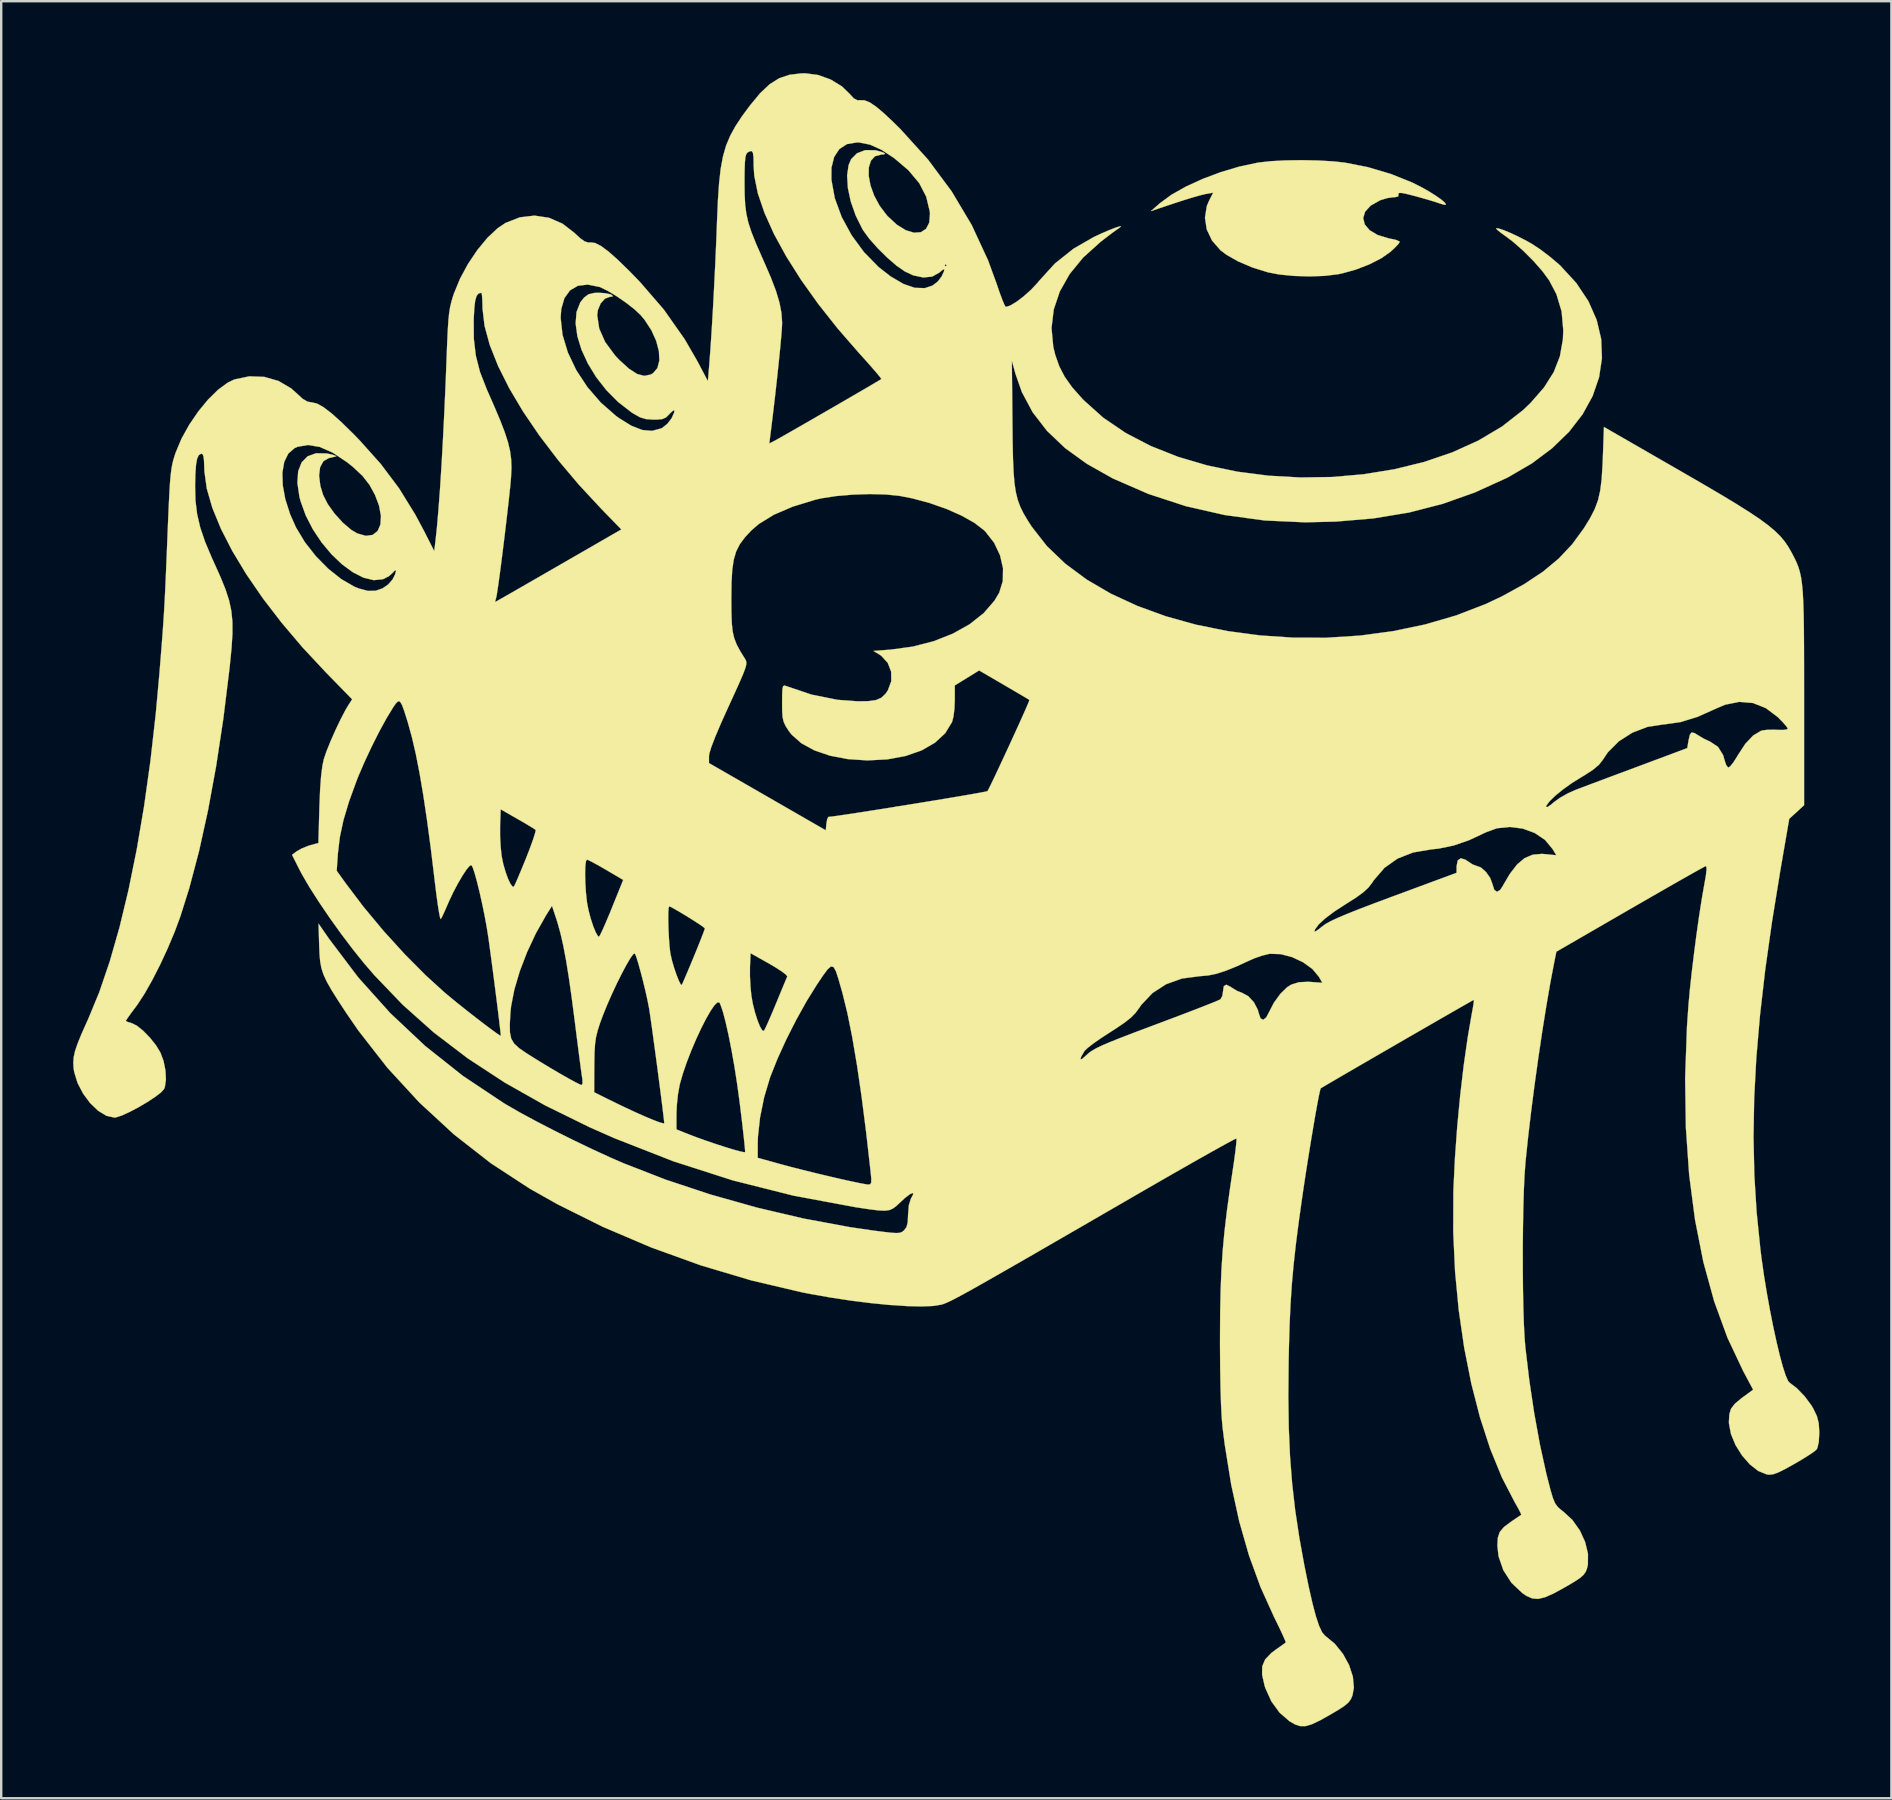
<source format=kicad_pcb>
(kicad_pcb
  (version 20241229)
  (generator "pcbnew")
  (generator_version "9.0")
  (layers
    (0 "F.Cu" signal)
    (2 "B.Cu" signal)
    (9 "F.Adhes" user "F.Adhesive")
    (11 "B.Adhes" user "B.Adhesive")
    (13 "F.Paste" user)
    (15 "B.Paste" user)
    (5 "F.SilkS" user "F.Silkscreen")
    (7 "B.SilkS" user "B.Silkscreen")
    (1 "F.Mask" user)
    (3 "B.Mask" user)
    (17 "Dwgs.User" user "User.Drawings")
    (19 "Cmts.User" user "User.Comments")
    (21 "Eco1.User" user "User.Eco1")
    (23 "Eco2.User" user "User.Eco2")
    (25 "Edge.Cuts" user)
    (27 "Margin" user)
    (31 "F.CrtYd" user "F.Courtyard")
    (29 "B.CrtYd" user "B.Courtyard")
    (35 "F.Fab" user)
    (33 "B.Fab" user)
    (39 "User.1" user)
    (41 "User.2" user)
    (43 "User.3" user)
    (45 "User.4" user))
  (footprint "perry-88mm"
    (layer "F.Cu")
    (at 36.314 33.956)
    (property "Reference" "perry-88mm" (at 0 0 0) (layer "F.SilkS") (effects (font (size 1.524 1.524) (thickness 0.3))))
    (attr through_hole)
    (fp_poly (pts (xy 15.558 -30.319) (xy 16.192 -30.282) (xy 16.667 -30.231) (xy 17.627 -30.043) (xy 18.592 -29.758) (xy 19.48 -29.402) (xy 19.515 -29.385) (xy 19.867 -29.207) (xy 20.193 -29.023) (xy 20.474 -28.846) (xy 20.696 -28.69) (xy 20.84 -28.566) (xy 20.892 -28.488) (xy 20.834 -28.469) (xy 20.649 -28.521) (xy 20.607 -28.537) (xy 20.415 -28.601) (xy 20.112 -28.692) (xy 19.754 -28.793) (xy 19.614 -28.832) (xy 19.256 -28.923) (xy 19.035 -28.967) (xy 18.928 -28.964) (xy 18.91 -28.918) (xy 18.913 -28.91) (xy 18.901 -28.82) (xy 18.754 -28.787) (xy 18.706 -28.787) (xy 18.455 -28.753) (xy 18.174 -28.67) (xy 18.138 -28.656) (xy 17.753 -28.438) (xy 17.522 -28.186) (xy 17.442 -27.919) (xy 17.506 -27.655) (xy 17.709 -27.413) (xy 18.046 -27.212) (xy 18.511 -27.071) (xy 18.605 -27.054) (xy 18.825 -27.003) (xy 18.952 -26.945) (xy 18.965 -26.924) (xy 18.906 -26.835) (xy 18.753 -26.675) (xy 18.576 -26.511) (xy 18.199 -26.245) (xy 17.704 -25.993) (xy 17.141 -25.774) (xy 16.56 -25.612) (xy 16.389 -25.577) (xy 15.839 -25.51) (xy 15.205 -25.488) (xy 14.551 -25.508) (xy 13.939 -25.568) (xy 13.464 -25.66) (xy 12.819 -25.862) (xy 12.231 -26.113) (xy 11.741 -26.391) (xy 11.495 -26.577) (xy 11.14 -26.985) (xy 10.921 -27.448) (xy 10.848 -27.936) (xy 10.925 -28.419) (xy 11.014 -28.631) (xy 11.19 -28.978) (xy 10.866 -28.92) (xy 10.656 -28.869) (xy 10.332 -28.777) (xy 9.941 -28.657) (xy 9.567 -28.535) (xy 8.594 -28.208) (xy 8.975 -28.541) (xy 9.449 -28.889) (xy 10.054 -29.231) (xy 10.753 -29.551) (xy 11.506 -29.833) (xy 12.276 -30.063) (xy 13.025 -30.223) (xy 13.081 -30.233) (xy 13.584 -30.289) (xy 14.2 -30.322) (xy 14.876 -30.332) (xy 15.558 -30.319)) (stroke (width 0.01) (type solid)) (fill yes) (layer "F.SilkS"))
    (fp_poly (pts (xy -5.275 -33.882) (xy -4.75 -33.693) (xy -4.284 -33.409) (xy -3.973 -33.109) (xy -3.787 -32.908) (xy -3.634 -32.828) (xy -3.508 -32.831) (xy -3.337 -32.826) (xy -3.129 -32.743) (xy -2.87 -32.572) (xy -2.544 -32.299) (xy -2.135 -31.915) (xy -1.831 -31.614) (xy -0.692 -30.356) (xy 0.294 -29.029) (xy 1.128 -27.629) (xy 1.811 -26.154) (xy 2.17 -25.171) (xy 2.297 -24.799) (xy 2.411 -24.495) (xy 2.499 -24.29) (xy 2.548 -24.215) (xy 2.734 -24.274) (xy 2.996 -24.431) (xy 3.295 -24.658) (xy 3.594 -24.926) (xy 3.858 -25.205) (xy 3.937 -25.302) (xy 4.594 -26.024) (xy 5.375 -26.646) (xy 6.223 -27.133) (xy 6.57 -27.293) (xy 6.878 -27.425) (xy 7.126 -27.521) (xy 7.292 -27.572) (xy 7.353 -27.573) (xy 7.286 -27.514) (xy 7.248 -27.489) (xy 7.11 -27.393) (xy 6.881 -27.223) (xy 6.601 -27.008) (xy 6.486 -26.918) (xy 5.772 -26.274) (xy 5.209 -25.586) (xy 4.799 -24.861) (xy 4.546 -24.109) (xy 4.454 -23.338) (xy 4.526 -22.558) (xy 4.607 -22.225) (xy 4.778 -21.74) (xy 5.005 -21.302) (xy 5.315 -20.866) (xy 5.738 -20.389) (xy 5.793 -20.331) (xy 6.608 -19.601) (xy 7.547 -18.963) (xy 8.593 -18.419) (xy 9.729 -17.969) (xy 10.937 -17.613) (xy 12.2 -17.351) (xy 13.502 -17.183) (xy 14.824 -17.109) (xy 16.151 -17.129) (xy 17.464 -17.244) (xy 18.747 -17.453) (xy 19.982 -17.756) (xy 21.153 -18.155) (xy 22.242 -18.648) (xy 23.232 -19.236) (xy 24.106 -19.919) (xy 24.418 -20.218) (xy 24.977 -20.859) (xy 25.38 -21.496) (xy 25.638 -22.154) (xy 25.763 -22.859) (xy 25.779 -23.241) (xy 25.71 -24.028) (xy 25.493 -24.749) (xy 25.193 -25.32) (xy 24.911 -25.705) (xy 24.533 -26.135) (xy 24.106 -26.562) (xy 23.676 -26.939) (xy 23.402 -27.145) (xy 23.175 -27.309) (xy 23.022 -27.434) (xy 22.977 -27.492) (xy 23.079 -27.488) (xy 23.293 -27.417) (xy 23.586 -27.296) (xy 23.92 -27.139) (xy 24.262 -26.962) (xy 24.482 -26.837) (xy 24.831 -26.606) (xy 25.223 -26.308) (xy 25.587 -26.001) (xy 25.66 -25.933) (xy 26.325 -25.209) (xy 26.828 -24.453) (xy 27.172 -23.672) (xy 27.359 -22.878) (xy 27.391 -22.078) (xy 27.271 -21.283) (xy 27.002 -20.501) (xy 26.585 -19.743) (xy 26.023 -19.016) (xy 25.318 -18.331) (xy 24.473 -17.697) (xy 23.489 -17.124) (xy 23.422 -17.089) (xy 22.094 -16.485) (xy 20.742 -16.006) (xy 19.342 -15.647) (xy 17.871 -15.404) (xy 16.305 -15.271) (xy 15.015 -15.24) (xy 13.337 -15.317) (xy 11.675 -15.543) (xy 10.053 -15.913) (xy 8.494 -16.422) (xy 7.021 -17.064) (xy 6.985 -17.082) (xy 5.923 -17.681) (xy 5.018 -18.335) (xy 4.268 -19.049) (xy 3.669 -19.824) (xy 3.219 -20.666) (xy 2.954 -21.421) (xy 2.801 -21.971) (xy 2.825 -19.389) (xy 2.834 -18.563) (xy 2.849 -17.884) (xy 2.873 -17.33) (xy 2.91 -16.876) (xy 2.966 -16.501) (xy 3.044 -16.182) (xy 3.148 -15.897) (xy 3.282 -15.622) (xy 3.452 -15.335) (xy 3.628 -15.06) (xy 4.258 -14.253) (xy 5.027 -13.517) (xy 5.923 -12.853) (xy 6.93 -12.265) (xy 8.036 -11.755) (xy 9.224 -11.323) (xy 10.482 -10.973) (xy 11.795 -10.707) (xy 13.148 -10.527) (xy 14.528 -10.434) (xy 15.92 -10.432) (xy 17.31 -10.521) (xy 18.683 -10.705) (xy 20.025 -10.985) (xy 21.323 -11.363) (xy 22.562 -11.842) (xy 23.229 -12.158) (xy 24.154 -12.666) (xy 24.934 -13.184) (xy 25.592 -13.732) (xy 26.153 -14.329) (xy 26.639 -14.994) (xy 26.896 -15.413) (xy 27.088 -15.786) (xy 27.225 -16.154) (xy 27.318 -16.557) (xy 27.378 -17.034) (xy 27.415 -17.626) (xy 27.426 -17.883) (xy 27.474 -19.214) (xy 30.692 -17.361) (xy 31.589 -16.842) (xy 32.351 -16.394) (xy 32.991 -16.008) (xy 33.521 -15.674) (xy 33.956 -15.383) (xy 34.308 -15.124) (xy 34.591 -14.888) (xy 34.818 -14.666) (xy 35.002 -14.447) (xy 35.155 -14.223) (xy 35.288 -13.991) (xy 35.397 -13.783) (xy 35.491 -13.59) (xy 35.569 -13.398) (xy 35.633 -13.192) (xy 35.685 -12.957) (xy 35.726 -12.677) (xy 35.758 -12.338) (xy 35.78 -11.923) (xy 35.796 -11.418) (xy 35.806 -10.808) (xy 35.811 -10.076) (xy 35.813 -9.209) (xy 35.814 -8.191) (xy 35.814 -7.973) (xy 35.814 -3.452) (xy 35.195 -2.884) (xy 34.826 -0.744) (xy 34.478 1.399) (xy 34.195 3.403) (xy 33.978 5.287) (xy 33.824 7.068) (xy 33.734 8.762) (xy 33.707 10.388) (xy 33.741 11.963) (xy 33.836 13.505) (xy 33.991 15.03) (xy 34.044 15.452) (xy 34.145 16.159) (xy 34.263 16.879) (xy 34.392 17.591) (xy 34.527 18.274) (xy 34.665 18.908) (xy 34.8 19.472) (xy 34.928 19.945) (xy 35.045 20.306) (xy 35.145 20.535) (xy 35.203 20.606) (xy 35.514 20.843) (xy 35.837 21.179) (xy 36.116 21.553) (xy 36.198 21.691) (xy 36.348 22.004) (xy 36.423 22.294) (xy 36.447 22.652) (xy 36.447 22.699) (xy 36.427 23.081) (xy 36.368 23.335) (xy 36.331 23.399) (xy 36.212 23.497) (xy 35.98 23.653) (xy 35.67 23.845) (xy 35.378 24.014) (xy 34.997 24.225) (xy 34.724 24.359) (xy 34.527 24.428) (xy 34.37 24.446) (xy 34.257 24.434) (xy 33.903 24.291) (xy 33.552 24.016) (xy 33.229 23.646) (xy 32.959 23.215) (xy 32.769 22.76) (xy 32.684 22.317) (xy 32.681 22.241) (xy 32.699 21.928) (xy 32.77 21.696) (xy 32.923 21.495) (xy 33.189 21.272) (xy 33.269 21.213) (xy 33.69 20.903) (xy 33.275 20.125) (xy 32.62 18.736) (xy 32.066 17.217) (xy 31.615 15.575) (xy 31.268 13.818) (xy 31.025 11.952) (xy 30.888 9.984) (xy 30.857 7.92) (xy 30.934 5.768) (xy 30.997 4.868) (xy 31.053 4.25) (xy 31.131 3.529) (xy 31.225 2.749) (xy 31.328 1.955) (xy 31.436 1.192) (xy 31.543 0.503) (xy 31.641 -0.067) (xy 31.653 -0.13) (xy 31.725 -0.54) (xy 31.751 -0.796) (xy 31.734 -0.908) (xy 31.712 -0.914) (xy 31.62 -0.867) (xy 31.398 -0.745) (xy 31.06 -0.555) (xy 30.624 -0.308) (xy 30.104 -0.011) (xy 29.517 0.326) (xy 28.878 0.694) (xy 28.553 0.881) (xy 25.491 2.652) (xy 25.404 3.083) (xy 25.245 3.917) (xy 25.078 4.883) (xy 24.908 5.942) (xy 24.742 7.057) (xy 24.584 8.191) (xy 24.44 9.306) (xy 24.315 10.364) (xy 24.214 11.328) (xy 24.201 11.472) (xy 24.164 11.978) (xy 24.135 12.614) (xy 24.114 13.349) (xy 24.1 14.154) (xy 24.092 14.997) (xy 24.093 15.85) (xy 24.1 16.681) (xy 24.115 17.46) (xy 24.137 18.156) (xy 24.167 18.741) (xy 24.199 19.135) (xy 24.365 20.528) (xy 24.57 21.894) (xy 24.807 23.195) (xy 25.07 24.392) (xy 25.245 25.077) (xy 25.346 25.417) (xy 25.441 25.643) (xy 25.561 25.803) (xy 25.734 25.949) (xy 25.783 25.985) (xy 26.162 26.335) (xy 26.471 26.772) (xy 26.692 27.255) (xy 26.809 27.744) (xy 26.805 28.198) (xy 26.773 28.336) (xy 26.716 28.487) (xy 26.63 28.614) (xy 26.486 28.743) (xy 26.254 28.898) (xy 25.907 29.103) (xy 25.828 29.148) (xy 25.367 29.4) (xy 25.011 29.556) (xy 24.727 29.622) (xy 24.485 29.602) (xy 24.25 29.499) (xy 24.075 29.382) (xy 23.619 28.95) (xy 23.282 28.427) (xy 23.082 27.849) (xy 23.033 27.405) (xy 23.051 27.074) (xy 23.133 26.832) (xy 23.309 26.625) (xy 23.602 26.405) (xy 23.823 26.256) (xy 23.979 26.15) (xy 24.028 26.117) (xy 24.001 26.041) (xy 23.907 25.858) (xy 23.765 25.608) (xy 23.758 25.596) (xy 23.219 24.554) (xy 22.735 23.37) (xy 22.31 22.062) (xy 21.947 20.65) (xy 21.65 19.153) (xy 21.423 17.59) (xy 21.27 15.98) (xy 21.194 14.342) (xy 21.199 12.695) (xy 21.205 12.488) (xy 21.266 11.237) (xy 21.36 9.939) (xy 21.484 8.638) (xy 21.632 7.377) (xy 21.8 6.203) (xy 21.961 5.271) (xy 22.015 4.975) (xy 22.048 4.758) (xy 22.056 4.659) (xy 22.055 4.657) (xy 21.978 4.697) (xy 21.774 4.813) (xy 21.46 4.992) (xy 21.054 5.225) (xy 20.575 5.5) (xy 20.041 5.808) (xy 19.469 6.138) (xy 18.879 6.479) (xy 18.288 6.821) (xy 17.715 7.153) (xy 17.178 7.464) (xy 16.695 7.745) (xy 16.285 7.984) (xy 15.965 8.171) (xy 15.755 8.295) (xy 15.671 8.347) (xy 15.671 8.347) (xy 15.641 8.445) (xy 15.589 8.687) (xy 15.52 9.051) (xy 15.437 9.515) (xy 15.345 10.056) (xy 15.246 10.65) (xy 15.145 11.277) (xy 15.045 11.912) (xy 14.951 12.533) (xy 14.902 12.869) (xy 14.754 13.923) (xy 14.635 14.853) (xy 14.541 15.7) (xy 14.469 16.506) (xy 14.415 17.313) (xy 14.376 18.164) (xy 14.348 19.098) (xy 14.334 19.773) (xy 14.322 21.191) (xy 14.34 22.478) (xy 14.392 23.671) (xy 14.48 24.806) (xy 14.607 25.92) (xy 14.777 27.049) (xy 14.99 28.23) (xy 14.992 28.236) (xy 15.167 29.098) (xy 15.326 29.798) (xy 15.471 30.347) (xy 15.606 30.75) (xy 15.731 31.017) (xy 15.85 31.154) (xy 15.851 31.155) (xy 16.257 31.489) (xy 16.596 31.908) (xy 16.853 32.377) (xy 17.011 32.86) (xy 17.054 33.321) (xy 16.994 33.647) (xy 16.925 33.806) (xy 16.823 33.942) (xy 16.657 34.082) (xy 16.396 34.252) (xy 16.081 34.438) (xy 15.637 34.687) (xy 15.3 34.847) (xy 15.038 34.925) (xy 14.816 34.925) (xy 14.603 34.853) (xy 14.371 34.72) (xy 13.961 34.367) (xy 13.615 33.891) (xy 13.362 33.333) (xy 13.332 33.237) (xy 13.229 32.784) (xy 13.234 32.431) (xy 13.358 32.141) (xy 13.615 31.874) (xy 13.79 31.742) (xy 14.009 31.588) (xy 14.165 31.477) (xy 14.215 31.441) (xy 14.191 31.361) (xy 14.103 31.158) (xy 13.964 30.86) (xy 13.787 30.495) (xy 13.728 30.377) (xy 13.163 29.128) (xy 12.68 27.803) (xy 12.274 26.385) (xy 11.94 24.854) (xy 11.672 23.19) (xy 11.582 22.479) (xy 11.546 22.062) (xy 11.517 21.494) (xy 11.495 20.79) (xy 11.481 19.968) (xy 11.475 19.044) (xy 11.475 18.796) (xy 11.481 17.724) (xy 11.5 16.781) (xy 11.534 15.924) (xy 11.587 15.113) (xy 11.662 14.307) (xy 11.761 13.464) (xy 11.888 12.544) (xy 11.989 11.865) (xy 12.058 11.401) (xy 12.112 10.998) (xy 12.148 10.684) (xy 12.163 10.489) (xy 12.159 10.437) (xy 12.079 10.47) (xy 11.867 10.581) (xy 11.535 10.763) (xy 11.095 11.008) (xy 10.561 11.309) (xy 9.947 11.658) (xy 9.265 12.048) (xy 8.528 12.472) (xy 7.899 12.835) (xy 6.671 13.546) (xy 5.581 14.177) (xy 4.62 14.732) (xy 3.779 15.218) (xy 3.05 15.638) (xy 2.423 15.997) (xy 1.891 16.301) (xy 1.443 16.555) (xy 1.073 16.763) (xy 0.77 16.93) (xy 0.526 17.061) (xy 0.332 17.162) (xy 0.18 17.236) (xy 0.061 17.289) (xy -0.034 17.327) (xy -0.114 17.353) (xy -0.134 17.359) (xy -0.48 17.415) (xy -0.968 17.435) (xy -1.576 17.42) (xy -2.282 17.374) (xy -3.063 17.297) (xy -3.898 17.193) (xy -4.762 17.062) (xy -5.635 16.907) (xy -5.964 16.842) (xy -8.062 16.348) (xy -10.163 15.722) (xy -12.232 14.975) (xy -14.236 14.121) (xy -16.142 13.172) (xy -17.292 12.523) (xy -18.912 11.465) (xy -20.449 10.265) (xy -21.89 8.935) (xy -23.221 7.489) (xy -24.431 5.938) (xy -24.934 5.207) (xy -25.285 4.67) (xy -25.553 4.243) (xy -25.748 3.898) (xy -25.884 3.604) (xy -25.972 3.332) (xy -26.023 3.053) (xy -26.05 2.737) (xy -26.063 2.413) (xy -26.09 1.482) (xy -25.651 2.117) (xy -24.438 3.722) (xy -23.103 5.21) (xy -21.648 6.579) (xy -20.075 7.827) (xy -18.387 8.952) (xy -18.246 9.037) (xy -17.691 9.356) (xy -17.019 9.719) (xy -16.27 10.106) (xy -15.483 10.498) (xy -14.699 10.875) (xy -13.956 11.217) (xy -13.368 11.473) (xy -11.621 12.152) (xy -9.76 12.769) (xy -7.832 13.313) (xy -5.885 13.77) (xy -3.965 14.127) (xy -2.984 14.271) (xy -2.529 14.329) (xy -2.211 14.365) (xy -2 14.376) (xy -1.864 14.365) (xy -1.774 14.329) (xy -1.698 14.27) (xy -1.693 14.266) (xy -1.59 14.13) (xy -1.538 13.928) (xy -1.524 13.615) (xy -1.493 13.22) (xy -1.406 12.94) (xy -1.387 12.909) (xy -1.306 12.751) (xy -1.333 12.704) (xy -1.456 12.763) (xy -1.659 12.921) (xy -1.834 13.081) (xy -2.002 13.239) (xy -2.145 13.349) (xy -2.295 13.417) (xy -2.481 13.444) (xy -2.735 13.435) (xy -3.086 13.393) (xy -3.565 13.322) (xy -3.734 13.296) (xy -6.309 12.816) (xy -8.83 12.181) (xy -11.309 11.385) (xy -11.675 11.241) (xy -7.789 11.241) (xy -6.813 11.512) (xy -6.391 11.625) (xy -5.903 11.749) (xy -5.379 11.878) (xy -4.849 12.005) (xy -4.344 12.122) (xy -3.893 12.222) (xy -3.526 12.299) (xy -3.274 12.345) (xy -3.185 12.356) (xy -3.1 12.344) (xy -3.06 12.274) (xy -3.057 12.11) (xy -3.083 11.832) (xy -3.27 10.184) (xy -3.46 8.696) (xy -3.654 7.371) (xy -3.694 7.138) (xy 5.658 7.138) (xy 5.731 7.119) (xy 5.904 6.966) (xy 5.911 6.96) (xy 6.016 6.865) (xy 6.149 6.772) (xy 6.327 6.671) (xy 6.568 6.556) (xy 6.891 6.418) (xy 7.312 6.25) (xy 7.85 6.042) (xy 8.524 5.789) (xy 8.806 5.683) (xy 9.434 5.447) (xy 10.014 5.227) (xy 10.525 5.031) (xy 10.948 4.865) (xy 11.263 4.739) (xy 11.45 4.658) (xy 11.493 4.636) (xy 11.572 4.494) (xy 11.599 4.313) (xy 11.632 4.093) (xy 11.733 4.027) (xy 11.912 4.112) (xy 11.956 4.145) (xy 12.186 4.285) (xy 12.389 4.364) (xy 12.651 4.505) (xy 12.887 4.759) (xy 13.051 5.074) (xy 13.087 5.209) (xy 13.165 5.431) (xy 13.276 5.491) (xy 13.403 5.388) (xy 13.498 5.208) (xy 13.717 4.784) (xy 13.988 4.41) (xy 14.275 4.13) (xy 14.443 4.024) (xy 14.761 3.924) (xy 15.151 3.906) (xy 15.247 3.912) (xy 15.739 3.947) (xy 15.595 3.697) (xy 15.325 3.373) (xy 14.936 3.092) (xy 14.479 2.878) (xy 14.002 2.753) (xy 13.555 2.74) (xy 13.515 2.745) (xy 13.228 2.816) (xy 12.895 2.933) (xy 12.742 3) (xy 12.172 3.262) (xy 11.712 3.448) (xy 11.328 3.572) (xy 10.984 3.642) (xy 10.645 3.672) (xy 10.626 3.673) (xy 9.891 3.77) (xy 9.231 4.006) (xy 8.662 4.374) (xy 8.199 4.864) (xy 8.107 4.997) (xy 7.952 5.206) (xy 7.759 5.402) (xy 7.495 5.61) (xy 7.13 5.858) (xy 6.889 6.012) (xy 6.525 6.249) (xy 6.205 6.472) (xy 5.964 6.658) (xy 5.832 6.784) (xy 5.825 6.794) (xy 5.689 7.028) (xy 5.658 7.138) (xy -3.694 7.138) (xy -3.851 6.211) (xy -4.051 5.216) (xy -4.254 4.389) (xy -4.285 4.279) (xy -4.423 3.795) (xy -4.53 3.468) (xy -4.627 3.293) (xy -4.734 3.265) (xy -4.871 3.38) (xy -5.059 3.632) (xy -5.317 4.016) (xy -5.329 4.034) (xy -5.751 4.712) (xy -6.184 5.49) (xy -6.599 6.309) (xy -6.966 7.115) (xy -7.259 7.851) (xy -7.282 7.916) (xy -7.522 8.722) (xy -7.692 9.56) (xy -7.78 10.361) (xy -7.789 10.68) (xy -7.789 11.241) (xy -11.675 11.241) (xy -13.757 10.425) (xy -14.592 10.056) (xy -11.176 10.056) (xy -10.732 10.235) (xy -10.37 10.374) (xy -9.965 10.52) (xy -9.546 10.663) (xy -9.144 10.793) (xy -8.789 10.901) (xy -8.514 10.976) (xy -8.349 11.009) (xy -8.315 11.004) (xy -8.318 10.906) (xy -8.34 10.663) (xy -8.379 10.301) (xy -8.431 9.842) (xy -8.495 9.311) (xy -8.543 8.921) (xy -8.644 8.18) (xy -8.757 7.453) (xy -8.879 6.762) (xy -9.003 6.133) (xy -9.125 5.589) (xy -9.24 5.154) (xy -9.343 4.854) (xy -9.381 4.775) (xy -9.46 4.758) (xy -9.587 4.877) (xy -9.75 5.113) (xy -9.939 5.442) (xy -10.144 5.842) (xy -10.353 6.292) (xy -10.557 6.771) (xy -10.745 7.255) (xy -10.906 7.724) (xy -11.03 8.155) (xy -11.046 8.224) (xy -11.113 8.598) (xy -11.159 9.04) (xy -11.175 9.409) (xy -11.176 10.056) (xy -14.592 10.056) (xy -14.804 9.962) (xy -16.643 9.059) (xy -17.616 8.509) (xy -14.605 8.509) (xy -13.97 8.825) (xy -13.443 9.082) (xy -12.947 9.314) (xy -12.505 9.512) (xy -12.138 9.666) (xy -11.866 9.768) (xy -11.712 9.808) (xy -11.684 9.799) (xy -11.695 9.675) (xy -11.726 9.411) (xy -11.772 9.033) (xy -11.831 8.568) (xy -11.899 8.044) (xy -11.972 7.486) (xy -12.047 6.924) (xy -12.121 6.382) (xy -12.188 5.889) (xy -12.247 5.471) (xy -12.293 5.156) (xy -12.319 4.993) (xy -12.383 4.669) (xy -12.468 4.285) (xy -12.567 3.877) (xy -12.67 3.482) (xy -12.766 3.136) (xy -12.847 2.874) (xy -12.903 2.735) (xy -12.911 2.724) (xy -12.979 2.76) (xy -13.1 2.928) (xy -13.261 3.202) (xy -13.45 3.556) (xy -13.655 3.967) (xy -13.862 4.409) (xy -14.059 4.857) (xy -14.234 5.287) (xy -14.361 5.63) (xy -14.46 5.941) (xy -14.528 6.215) (xy -14.568 6.502) (xy -14.59 6.85) (xy -14.598 7.31) (xy -14.599 7.408) (xy -14.605 8.509) (xy -17.616 8.509) (xy -18.33 8.106) (xy -19.874 7.095) (xy -21.288 6.017) (xy -22.581 4.865) (xy -23.765 3.631) (xy -24.184 3.145) (xy -24.656 2.558) (xy -25.144 1.914) (xy -25.623 1.245) (xy -26.07 0.587) (xy -26.463 -0.028) (xy -26.778 -0.566) (xy -26.859 -0.72) (xy -25.333 -0.72) (xy -24.969 -0.212) (xy -24.215 0.785) (xy -23.38 1.788) (xy -22.501 2.754) (xy -21.617 3.643) (xy -20.856 4.336) (xy -20.582 4.566) (xy -20.254 4.833) (xy -19.896 5.118) (xy -19.534 5.401) (xy -19.191 5.665) (xy -18.892 5.889) (xy -18.661 6.056) (xy -18.523 6.147) (xy -18.495 6.157) (xy -18.501 6.071) (xy -18.526 5.844) (xy -18.548 5.659) (xy -18.12 5.659) (xy -18.115 6.013) (xy -18.061 6.274) (xy -17.94 6.48) (xy -17.736 6.669) (xy -17.431 6.879) (xy -17.291 6.968) (xy -16.877 7.226) (xy -16.452 7.483) (xy -16.044 7.723) (xy -15.68 7.931) (xy -15.385 8.091) (xy -15.189 8.188) (xy -15.125 8.21) (xy -15.088 8.14) (xy -15.096 7.964) (xy -15.1 7.938) (xy -15.124 7.779) (xy -15.165 7.479) (xy -15.22 7.063) (xy -15.285 6.559) (xy -15.357 5.993) (xy -15.413 5.546) (xy -15.542 4.556) (xy -15.662 3.715) (xy -15.777 3.004) (xy -15.891 2.402) (xy -16.008 1.889) (xy -16.13 1.446) (xy -16.183 1.281) (xy -16.362 0.741) (xy -16.62 1.154) (xy -17.032 1.883) (xy -17.398 2.666) (xy -17.703 3.46) (xy -17.93 4.226) (xy -18.066 4.922) (xy -18.092 5.174) (xy -18.12 5.659) (xy -18.548 5.659) (xy -18.566 5.503) (xy -18.618 5.075) (xy -18.676 4.614) (xy -18.751 4.029) (xy -18.831 3.413) (xy -18.91 2.82) (xy -18.979 2.308) (xy -19.011 2.074) (xy -19.082 1.628) (xy -19.172 1.138) (xy -19.275 0.638) (xy -19.383 0.156) (xy -19.489 -0.275) (xy -19.587 -0.626) (xy -19.668 -0.865) (xy -19.717 -0.955) (xy -19.793 -0.926) (xy -19.924 -0.771) (xy -20.092 -0.517) (xy -20.282 -0.192) (xy -20.477 0.177) (xy -20.659 0.563) (xy -20.714 0.69) (xy -20.836 0.97) (xy -20.938 1.187) (xy -20.999 1.295) (xy -20.999 1.295) (xy -21.025 1.237) (xy -21.066 1.034) (xy -21.118 0.711) (xy -21.176 0.293) (xy -21.237 -0.197) (xy -21.245 -0.271) (xy -21.408 -1.619) (xy -21.481 -2.169) (xy -18.525 -2.169) (xy -18.501 -1.713) (xy -18.46 -1.333) (xy -18.393 -1.004) (xy -18.299 -0.678) (xy -18.194 -0.388) (xy -18.089 -0.169) (xy -17.999 -0.055) (xy -17.951 -0.058) (xy -17.9 -0.158) (xy -17.799 -0.385) (xy -17.713 -0.589) (xy -14.982 -0.589) (xy -14.973 -0.221) (xy -14.949 0.171) (xy -14.909 0.552) (xy -14.899 0.621) (xy -14.837 0.939) (xy -14.747 1.276) (xy -14.643 1.593) (xy -14.538 1.848) (xy -14.447 2.003) (xy -14.404 2.03) (xy -14.356 1.955) (xy -14.257 1.75) (xy -14.121 1.442) (xy -14.082 1.347) (xy -11.517 1.347) (xy -11.508 1.699) (xy -11.49 2.065) (xy -11.466 2.406) (xy -11.435 2.683) (xy -11.422 2.757) (xy -11.361 3.025) (xy -11.273 3.324) (xy -11.174 3.615) (xy -11.078 3.857) (xy -11 4.011) (xy -10.956 4.042) (xy -10.916 3.958) (xy -10.824 3.746) (xy -10.794 3.676) (xy -8.113 3.676) (xy -8.089 4.128) (xy -8.053 4.487) (xy -7.992 4.83) (xy -7.904 5.179) (xy -7.803 5.499) (xy -7.7 5.758) (xy -7.607 5.922) (xy -7.536 5.956) (xy -7.531 5.952) (xy -7.477 5.852) (xy -7.373 5.627) (xy -7.233 5.306) (xy -7.072 4.923) (xy -7.032 4.826) (xy -6.868 4.43) (xy -6.727 4.089) (xy -6.621 3.833) (xy -6.562 3.695) (xy -6.557 3.683) (xy -6.61 3.61) (xy -6.784 3.477) (xy -7.049 3.305) (xy -7.302 3.156) (xy -8.086 2.714) (xy -8.112 3.283) (xy -8.113 3.676) (xy -10.794 3.676) (xy -10.691 3.435) (xy -10.531 3.051) (xy -10.46 2.88) (xy -10.293 2.473) (xy -10.153 2.121) (xy -10.05 1.855) (xy -10.035 1.814) (xy 15.409 1.814) (xy 15.466 1.8) (xy 15.612 1.698) (xy 15.739 1.594) (xy 15.876 1.496) (xy 16.081 1.383) (xy 16.37 1.247) (xy 16.757 1.083) (xy 17.258 0.883) (xy 17.888 0.642) (xy 18.662 0.353) (xy 18.701 0.339) (xy 21.332 -0.635) (xy 21.334 -0.913) (xy 21.38 -1.15) (xy 21.508 -1.241) (xy 21.707 -1.18) (xy 21.811 -1.109) (xy 21.996 -0.987) (xy 22.139 -0.932) (xy 22.145 -0.931) (xy 22.345 -0.859) (xy 22.554 -0.675) (xy 22.729 -0.429) (xy 22.828 -0.169) (xy 22.829 -0.158) (xy 22.905 0.077) (xy 23.019 0.155) (xy 23.153 0.073) (xy 23.229 -0.042) (xy 23.552 -0.59) (xy 23.859 -0.987) (xy 24.17 -1.248) (xy 24.505 -1.389) (xy 24.885 -1.424) (xy 25.037 -1.413) (xy 25.487 -1.367) (xy 25.338 -1.62) (xy 25.018 -2.006) (xy 24.589 -2.295) (xy 24.088 -2.478) (xy 23.551 -2.546) (xy 23.015 -2.491) (xy 22.557 -2.324) (xy 21.853 -1.994) (xy 21.212 -1.772) (xy 20.581 -1.643) (xy 20.278 -1.611) (xy 19.52 -1.482) (xy 18.873 -1.228) (xy 18.33 -0.844) (xy 17.883 -0.326) (xy 17.818 -0.226) (xy 17.663 -0.024) (xy 17.446 0.177) (xy 17.136 0.403) (xy 16.703 0.677) (xy 16.703 0.677) (xy 16.237 0.98) (xy 15.857 1.266) (xy 15.583 1.52) (xy 15.433 1.726) (xy 15.409 1.814) (xy -10.035 1.814) (xy -9.996 1.704) (xy -9.991 1.682) (xy -10.058 1.621) (xy -10.234 1.499) (xy -10.482 1.339) (xy -10.764 1.163) (xy -11.042 0.995) (xy -11.28 0.859) (xy -11.439 0.776) (xy -11.48 0.762) (xy -11.504 0.84) (xy -11.516 1.048) (xy -11.517 1.347) (xy -14.082 1.347) (xy -13.96 1.058) (xy -13.873 0.845) (xy -13.395 -0.339) (xy -14.114 -0.762) (xy -14.427 -0.943) (xy -14.689 -1.085) (xy -14.862 -1.17) (xy -14.909 -1.185) (xy -14.95 -1.107) (xy -14.974 -0.896) (xy -14.982 -0.589) (xy -17.713 -0.589) (xy -17.662 -0.709) (xy -17.502 -1.099) (xy -17.441 -1.249) (xy -17.284 -1.653) (xy -17.158 -2) (xy -17.074 -2.261) (xy -17.041 -2.406) (xy -17.044 -2.425) (xy -17.137 -2.488) (xy -17.342 -2.613) (xy -17.623 -2.779) (xy -17.799 -2.88) (xy -18.5 -3.281) (xy -18.525 -2.596) (xy -18.525 -2.169) (xy -21.481 -2.169) (xy -21.567 -2.81) (xy -21.723 -3.859) (xy -21.879 -4.78) (xy -22.02 -5.499) (xy -9.82 -5.499) (xy -9.819 -5.207) (xy -7.386 -3.807) (xy -4.953 -2.406) (xy -4.927 -2.685) (xy -4.893 -2.874) (xy -4.847 -2.964) (xy -4.842 -2.965) (xy -4.703 -2.979) (xy -4.425 -3.017) (xy -4.031 -3.076) (xy -3.543 -3.15) (xy -2.982 -3.238) (xy -2.371 -3.334) (xy -2.092 -3.379) (xy 25.061 -3.379) (xy 25.116 -3.375) (xy 25.258 -3.468) (xy 25.386 -3.576) (xy 25.638 -3.759) (xy 25.975 -3.949) (xy 26.296 -4.092) (xy 26.541 -4.185) (xy 26.913 -4.325) (xy 27.385 -4.502) (xy 27.926 -4.705) (xy 28.507 -4.921) (xy 28.914 -5.073) (xy 30.946 -5.832) (xy 30.996 -6.134) (xy 31.051 -6.384) (xy 31.127 -6.485) (xy 31.256 -6.456) (xy 31.385 -6.374) (xy 31.642 -6.222) (xy 31.905 -6.098) (xy 32.228 -5.883) (xy 32.44 -5.542) (xy 32.504 -5.317) (xy 32.569 -5.123) (xy 32.65 -5.02) (xy 32.653 -5.019) (xy 32.736 -5.072) (xy 32.871 -5.241) (xy 33.029 -5.492) (xy 33.053 -5.534) (xy 33.365 -6.011) (xy 33.69 -6.355) (xy 34.013 -6.549) (xy 34.082 -6.57) (xy 34.286 -6.594) (xy 34.572 -6.598) (xy 34.71 -6.591) (xy 34.952 -6.589) (xy 35.107 -6.614) (xy 35.137 -6.641) (xy 35.08 -6.735) (xy 34.93 -6.907) (xy 34.721 -7.121) (xy 34.717 -7.124) (xy 34.22 -7.499) (xy 33.683 -7.711) (xy 33.114 -7.759) (xy 32.526 -7.641) (xy 32.16 -7.486) (xy 31.379 -7.136) (xy 30.671 -6.917) (xy 30.009 -6.822) (xy 29.958 -6.819) (xy 29.288 -6.716) (xy 28.657 -6.475) (xy 28.096 -6.116) (xy 27.637 -5.657) (xy 27.426 -5.343) (xy 27.269 -5.14) (xy 27.012 -4.925) (xy 26.628 -4.677) (xy 26.521 -4.614) (xy 26.134 -4.372) (xy 25.769 -4.111) (xy 25.454 -3.854) (xy 25.215 -3.624) (xy 25.081 -3.445) (xy 25.061 -3.379) (xy -2.092 -3.379) (xy -1.731 -3.437) (xy -1.084 -3.542) (xy -0.453 -3.645) (xy 0.141 -3.744) (xy 0.676 -3.834) (xy 1.129 -3.912) (xy 1.48 -3.975) (xy 1.705 -4.018) (xy 1.784 -4.039) (xy 1.835 -4.13) (xy 1.943 -4.347) (xy 2.095 -4.665) (xy 2.279 -5.057) (xy 2.485 -5.498) (xy 2.7 -5.963) (xy 2.913 -6.427) (xy 3.112 -6.864) (xy 3.285 -7.25) (xy 3.421 -7.557) (xy 3.507 -7.762) (xy 3.533 -7.839) (xy 3.457 -7.886) (xy 3.261 -8.002) (xy 2.972 -8.172) (xy 2.617 -8.38) (xy 2.475 -8.463) (xy 1.437 -9.068) (xy 0.423 -8.443) (xy 0.423 -7.817) (xy 0.408 -7.465) (xy 0.367 -7.142) (xy 0.309 -6.919) (xy 0.309 -6.919) (xy 0.024 -6.452) (xy -0.404 -6.056) (xy -0.957 -5.737) (xy -1.623 -5.504) (xy -2.385 -5.363) (xy -3.217 -5.319) (xy -4.032 -5.373) (xy -4.776 -5.515) (xy -5.429 -5.738) (xy -5.971 -6.035) (xy -6.381 -6.397) (xy -6.498 -6.551) (xy -6.631 -6.76) (xy -6.712 -6.938) (xy -6.755 -7.138) (xy -6.771 -7.412) (xy -6.773 -7.723) (xy -6.77 -8.084) (xy -6.758 -8.304) (xy -6.729 -8.413) (xy -6.678 -8.44) (xy -6.625 -8.425) (xy -5.542 -8.06) (xy -4.463 -7.844) (xy -3.619 -7.782) (xy -3.174 -7.789) (xy -2.859 -7.834) (xy -2.635 -7.932) (xy -2.464 -8.096) (xy -2.366 -8.239) (xy -2.224 -8.619) (xy -2.229 -9.014) (xy -2.369 -9.38) (xy -2.635 -9.674) (xy -2.715 -9.728) (xy -2.967 -9.881) (xy -2.262 -9.935) (xy -1.329 -10.061) (xy -0.455 -10.286) (xy 0.342 -10.601) (xy 1.043 -10.994) (xy 1.628 -11.457) (xy 2.08 -11.98) (xy 2.276 -12.312) (xy 2.424 -12.795) (xy 2.433 -13.325) (xy 2.309 -13.867) (xy 2.062 -14.388) (xy 1.7 -14.852) (xy 1.637 -14.914) (xy 1.237 -15.222) (xy 0.702 -15.522) (xy 0.068 -15.802) (xy -0.629 -16.046) (xy -1.354 -16.241) (xy -1.882 -16.343) (xy -2.451 -16.401) (xy -3.12 -16.418) (xy -3.83 -16.394) (xy -4.52 -16.335) (xy -5.132 -16.241) (xy -5.387 -16.183) (xy -6.333 -15.893) (xy -7.116 -15.557) (xy -7.737 -15.175) (xy -8.051 -14.906) (xy -8.326 -14.611) (xy -8.535 -14.329) (xy -8.687 -14.028) (xy -8.789 -13.68) (xy -8.851 -13.253) (xy -8.881 -12.718) (xy -8.889 -12.044) (xy -8.889 -12.041) (xy -8.885 -11.47) (xy -8.869 -11.031) (xy -8.833 -10.689) (xy -8.767 -10.405) (xy -8.664 -10.144) (xy -8.516 -9.869) (xy -8.325 -9.562) (xy -8.283 -9.488) (xy -8.262 -9.408) (xy -8.269 -9.301) (xy -8.311 -9.148) (xy -8.394 -8.926) (xy -8.527 -8.616) (xy -8.716 -8.196) (xy -8.968 -7.646) (xy -9.004 -7.568) (xy -9.319 -6.869) (xy -9.558 -6.305) (xy -9.722 -5.88) (xy -9.807 -5.596) (xy -9.82 -5.499) (xy -22.02 -5.499) (xy -22.037 -5.586) (xy -22.2 -6.289) (xy -22.37 -6.905) (xy -22.391 -6.972) (xy -22.52 -7.381) (xy -22.617 -7.642) (xy -22.697 -7.771) (xy -22.776 -7.781) (xy -22.87 -7.69) (xy -22.981 -7.53) (xy -23.252 -7.085) (xy -23.557 -6.528) (xy -23.87 -5.906) (xy -24.17 -5.267) (xy -24.432 -4.658) (xy -24.5 -4.487) (xy -24.82 -3.607) (xy -25.052 -2.831) (xy -25.203 -2.125) (xy -25.283 -1.455) (xy -25.284 -1.439) (xy -25.333 -0.72) (xy -26.859 -0.72) (xy -26.892 -0.783) (xy -27.195 -1.384) (xy -26.996 -1.533) (xy -26.784 -1.653) (xy -26.51 -1.762) (xy -26.447 -1.781) (xy -26.096 -1.879) (xy -26.054 -3.374) (xy -26.025 -4.101) (xy -25.983 -4.674) (xy -25.927 -5.109) (xy -25.869 -5.376) (xy -25.757 -5.703) (xy -25.587 -6.125) (xy -25.382 -6.587) (xy -25.167 -7.037) (xy -24.966 -7.422) (xy -24.838 -7.637) (xy -24.689 -7.865) (xy -25.793 -8.996) (xy -26.749 -10.02) (xy -27.623 -11.05) (xy -28.409 -12.072) (xy -29.098 -13.075) (xy -29.684 -14.046) (xy -30.159 -14.974) (xy -30.516 -15.845) (xy -30.748 -16.649) (xy -30.839 -17.312) (xy -27.597 -17.312) (xy -27.582 -16.786) (xy -27.475 -16.202) (xy -27.276 -15.581) (xy -27.031 -15.03) (xy -26.662 -14.416) (xy -26.204 -13.831) (xy -25.687 -13.307) (xy -25.143 -12.874) (xy -24.603 -12.562) (xy -24.409 -12.483) (xy -24.028 -12.382) (xy -23.71 -12.389) (xy -23.419 -12.49) (xy -23.185 -12.653) (xy -23.004 -12.863) (xy -22.907 -13.057) (xy -22.865 -13.198) (xy -22.88 -13.254) (xy -22.954 -13.193) (xy -22.987 -13.149) (xy -23.155 -12.997) (xy -23.389 -12.876) (xy -23.405 -12.871) (xy -23.786 -12.83) (xy -24.209 -12.931) (xy -24.655 -13.156) (xy -25.108 -13.487) (xy -25.548 -13.907) (xy -25.96 -14.399) (xy -26.324 -14.945) (xy -26.624 -15.528) (xy -26.841 -16.13) (xy -26.887 -16.307) (xy -26.972 -16.888) (xy -26.939 -17.368) (xy -26.794 -17.739) (xy -26.544 -17.992) (xy -26.194 -18.119) (xy -25.751 -18.11) (xy -25.654 -18.092) (xy -25.449 -18.04) (xy -25.352 -18) (xy -25.358 -17.988) (xy -25.5 -17.953) (xy -25.661 -17.916) (xy -25.888 -17.788) (xy -26.025 -17.537) (xy -26.068 -17.187) (xy -26.015 -16.76) (xy -25.901 -16.383) (xy -25.706 -16) (xy -25.419 -15.599) (xy -25.079 -15.226) (xy -24.729 -14.928) (xy -24.479 -14.779) (xy -24.12 -14.677) (xy -23.835 -14.716) (xy -23.629 -14.878) (xy -23.512 -15.147) (xy -23.489 -15.507) (xy -23.57 -15.941) (xy -23.738 -16.384) (xy -23.969 -16.805) (xy -24.259 -17.176) (xy -24.646 -17.54) (xy -24.899 -17.743) (xy -25.492 -18.139) (xy -26.036 -18.38) (xy -26.527 -18.463) (xy -26.964 -18.388) (xy -27.086 -18.334) (xy -27.349 -18.107) (xy -27.519 -17.759) (xy -27.597 -17.312) (xy -30.839 -17.312) (xy -30.847 -17.372) (xy -30.85 -17.465) (xy -30.862 -17.804) (xy -30.887 -18.003) (xy -30.933 -18.09) (xy -30.984 -18.099) (xy -31.08 -18.041) (xy -31.149 -17.895) (xy -31.195 -17.64) (xy -31.222 -17.256) (xy -31.234 -16.756) (xy -31.218 -16.145) (xy -31.15 -15.582) (xy -31.02 -15.024) (xy -30.817 -14.426) (xy -30.529 -13.744) (xy -30.451 -13.574) (xy -30.177 -12.964) (xy -29.968 -12.449) (xy -29.819 -11.991) (xy -29.725 -11.553) (xy -29.679 -11.101) (xy -29.678 -10.597) (xy -29.715 -10.005) (xy -29.786 -9.289) (xy -29.801 -9.144) (xy -30.059 -7.048) (xy -30.358 -5.076) (xy -30.696 -3.236) (xy -31.07 -1.537) (xy -31.48 0.013) (xy -31.849 1.185) (xy -32.088 1.829) (xy -32.375 2.511) (xy -32.691 3.192) (xy -33.019 3.834) (xy -33.338 4.399) (xy -33.631 4.849) (xy -33.689 4.928) (xy -33.886 5.191) (xy -34.036 5.4) (xy -34.114 5.52) (xy -34.121 5.535) (xy -34.048 5.579) (xy -33.881 5.627) (xy -33.662 5.734) (xy -33.395 5.949) (xy -33.117 6.234) (xy -32.864 6.552) (xy -32.681 6.852) (xy -32.548 7.207) (xy -32.469 7.604) (xy -32.45 7.986) (xy -32.495 8.295) (xy -32.53 8.378) (xy -32.661 8.522) (xy -32.909 8.711) (xy -33.233 8.923) (xy -33.596 9.137) (xy -33.959 9.328) (xy -34.281 9.475) (xy -34.525 9.556) (xy -34.595 9.565) (xy -34.93 9.49) (xy -35.276 9.279) (xy -35.608 8.961) (xy -35.9 8.567) (xy -36.13 8.127) (xy -36.272 7.669) (xy -36.297 7.503) (xy -36.309 7.271) (xy -36.292 7.042) (xy -36.235 6.787) (xy -36.129 6.476) (xy -35.967 6.078) (xy -35.738 5.565) (xy -35.69 5.461) (xy -35.226 4.336) (xy -34.79 3.056) (xy -34.382 1.63) (xy -34.007 0.071) (xy -33.666 -1.61) (xy -33.361 -3.402) (xy -33.096 -5.293) (xy -32.872 -7.273) (xy -32.729 -8.848) (xy -32.671 -9.557) (xy -32.624 -10.152) (xy -32.585 -10.664) (xy -32.553 -11.123) (xy -32.525 -11.562) (xy -32.5 -12.011) (xy -32.476 -12.502) (xy -32.451 -13.066) (xy -32.423 -13.734) (xy -32.39 -14.537) (xy -32.388 -14.605) (xy -32.356 -15.384) (xy -32.328 -16.015) (xy -32.303 -16.519) (xy -32.278 -16.915) (xy -32.25 -17.227) (xy -32.219 -17.473) (xy -32.182 -17.676) (xy -32.137 -17.856) (xy -32.082 -18.033) (xy -32.043 -18.149) (xy -31.801 -18.725) (xy -31.481 -19.303) (xy -31.107 -19.853) (xy -30.7 -20.348) (xy -30.283 -20.76) (xy -29.879 -21.059) (xy -29.597 -21.194) (xy -28.973 -21.324) (xy -28.35 -21.301) (xy -27.759 -21.131) (xy -27.231 -20.822) (xy -27 -20.615) (xy -26.749 -20.385) (xy -26.547 -20.268) (xy -26.357 -20.236) (xy -26.151 -20.188) (xy -25.885 -20.04) (xy -25.55 -19.784) (xy -25.136 -19.413) (xy -24.632 -18.919) (xy -24.379 -18.658) (xy -23.497 -17.672) (xy -22.736 -16.658) (xy -22.059 -15.563) (xy -21.681 -14.854) (xy -21.269 -14.041) (xy -21.219 -14.45) (xy -21.156 -15.036) (xy -21.092 -15.775) (xy -21.027 -16.649) (xy -20.964 -17.643) (xy -20.903 -18.74) (xy -20.844 -19.922) (xy -20.789 -21.174) (xy -20.752 -22.14) (xy -20.727 -22.779) (xy -20.703 -23.277) (xy -20.678 -23.662) (xy -20.675 -23.692) (xy -19.624 -23.692) (xy -19.619 -22.892) (xy -19.536 -22.185) (xy -19.363 -21.509) (xy -19.088 -20.803) (xy -19.088 -20.801) (xy -18.772 -20.083) (xy -18.522 -19.492) (xy -18.333 -19) (xy -18.197 -18.582) (xy -18.109 -18.211) (xy -18.063 -17.861) (xy -18.051 -17.504) (xy -18.069 -17.115) (xy -18.109 -16.667) (xy -18.113 -16.637) (xy -18.166 -16.142) (xy -18.229 -15.585) (xy -18.299 -14.991) (xy -18.372 -14.389) (xy -18.445 -13.805) (xy -18.514 -13.267) (xy -18.577 -12.802) (xy -18.629 -12.437) (xy -18.667 -12.199) (xy -18.68 -12.136) (xy -18.736 -11.915) (xy -18.233 -12.201) (xy -18.027 -12.319) (xy -17.7 -12.507) (xy -17.274 -12.752) (xy -16.775 -13.039) (xy -16.227 -13.355) (xy -15.655 -13.685) (xy -15.601 -13.716) (xy -13.472 -14.944) (xy -14.296 -15.79) (xy -15.246 -16.813) (xy -16.112 -17.84) (xy -16.889 -18.86) (xy -17.569 -19.86) (xy -18.144 -20.829) (xy -18.607 -21.753) (xy -18.952 -22.621) (xy -19.171 -23.421) (xy -19.212 -23.767) (xy -16.002 -23.767) (xy -15.924 -23.056) (xy -15.702 -22.319) (xy -15.352 -21.584) (xy -14.89 -20.88) (xy -14.332 -20.234) (xy -13.695 -19.675) (xy -13.58 -19.591) (xy -13.06 -19.267) (xy -12.604 -19.088) (xy -12.196 -19.051) (xy -11.819 -19.152) (xy -11.766 -19.178) (xy -11.558 -19.343) (xy -11.377 -19.579) (xy -11.271 -19.817) (xy -11.261 -19.897) (xy -11.307 -19.902) (xy -11.423 -19.8) (xy -11.465 -19.753) (xy -11.609 -19.612) (xy -11.767 -19.542) (xy -12.004 -19.52) (xy -12.135 -19.52) (xy -12.438 -19.541) (xy -12.688 -19.614) (xy -12.963 -19.767) (xy -13.053 -19.826) (xy -13.603 -20.252) (xy -14.095 -20.747) (xy -14.52 -21.289) (xy -14.868 -21.859) (xy -15.133 -22.435) (xy -15.305 -22.998) (xy -15.377 -23.528) (xy -15.339 -24.004) (xy -15.183 -24.405) (xy -15.026 -24.605) (xy -14.841 -24.742) (xy -14.605 -24.799) (xy -14.418 -24.806) (xy -14.15 -24.789) (xy -13.941 -24.747) (xy -13.885 -24.723) (xy -13.817 -24.66) (xy -13.901 -24.64) (xy -13.943 -24.639) (xy -14.156 -24.561) (xy -14.336 -24.359) (xy -14.452 -24.079) (xy -14.478 -23.868) (xy -14.394 -23.313) (xy -14.146 -22.753) (xy -13.736 -22.198) (xy -13.549 -21.999) (xy -13.151 -21.639) (xy -12.815 -21.422) (xy -12.522 -21.343) (xy -12.258 -21.395) (xy -12.153 -21.453) (xy -11.968 -21.669) (xy -11.888 -21.985) (xy -11.907 -22.372) (xy -12.02 -22.803) (xy -12.221 -23.248) (xy -12.504 -23.68) (xy -12.661 -23.868) (xy -12.918 -24.112) (xy -13.266 -24.384) (xy -13.651 -24.651) (xy -14.025 -24.878) (xy -14.335 -25.031) (xy -14.385 -25.049) (xy -14.871 -25.147) (xy -15.283 -25.097) (xy -15.611 -24.906) (xy -15.845 -24.581) (xy -15.976 -24.13) (xy -16.002 -23.767) (xy -19.212 -23.767) (xy -19.256 -24.14) (xy -19.257 -24.193) (xy -19.265 -24.491) (xy -19.28 -24.709) (xy -19.301 -24.805) (xy -19.304 -24.806) (xy -19.422 -24.775) (xy -19.506 -24.672) (xy -19.563 -24.474) (xy -19.6 -24.155) (xy -19.624 -23.692) (xy -19.624 -23.692) (xy -20.675 -23.692) (xy -20.647 -23.964) (xy -20.607 -24.211) (xy -20.555 -24.432) (xy -20.488 -24.654) (xy -20.452 -24.764) (xy -20.195 -25.39) (xy -19.861 -26.009) (xy -19.472 -26.588) (xy -19.054 -27.094) (xy -18.629 -27.494) (xy -18.3 -27.716) (xy -17.7 -27.95) (xy -17.09 -28.021) (xy -16.49 -27.932) (xy -15.924 -27.686) (xy -15.444 -27.316) (xy -15.187 -27.079) (xy -15.002 -26.948) (xy -14.852 -26.9) (xy -14.744 -26.904) (xy -14.563 -26.88) (xy -14.322 -26.757) (xy -14.011 -26.527) (xy -13.623 -26.184) (xy -13.147 -25.721) (xy -12.7 -25.261) (xy -11.699 -24.103) (xy -10.831 -22.867) (xy -10.313 -21.971) (xy -9.865 -21.124) (xy -9.809 -21.802) (xy -9.76 -22.448) (xy -9.708 -23.23) (xy -9.656 -24.112) (xy -9.605 -25.061) (xy -9.557 -26.042) (xy -9.514 -27.021) (xy -9.484 -27.813) (xy -9.447 -28.67) (xy -9.398 -29.384) (xy -9.395 -29.408) (xy -8.34 -29.408) (xy -8.34 -29.404) (xy -8.334 -28.895) (xy -8.312 -28.472) (xy -8.263 -28.096) (xy -8.18 -27.73) (xy -8.051 -27.336) (xy -7.869 -26.878) (xy -7.624 -26.317) (xy -7.533 -26.114) (xy -7.239 -25.436) (xy -7.025 -24.872) (xy -6.882 -24.393) (xy -6.801 -23.97) (xy -6.773 -23.572) (xy -6.773 -23.541) (xy -6.783 -23.32) (xy -6.812 -22.956) (xy -6.856 -22.475) (xy -6.914 -21.901) (xy -6.982 -21.26) (xy -7.058 -20.576) (xy -7.14 -19.876) (xy -7.224 -19.184) (xy -7.25 -18.978) (xy -7.307 -18.524) (xy -7.061 -18.652) (xy -6.925 -18.727) (xy -6.664 -18.875) (xy -6.3 -19.083) (xy -5.853 -19.339) (xy -5.345 -19.632) (xy -4.799 -19.947) (xy -4.741 -19.98) (xy -4.205 -20.291) (xy -3.718 -20.574) (xy -3.299 -20.818) (xy -2.968 -21.013) (xy -2.742 -21.146) (xy -2.641 -21.208) (xy -2.637 -21.211) (xy -2.681 -21.28) (xy -2.822 -21.452) (xy -3.042 -21.706) (xy -3.321 -22.022) (xy -3.558 -22.283) (xy -4.455 -23.314) (xy -5.265 -24.338) (xy -5.983 -25.345) (xy -6.6 -26.321) (xy -7.111 -27.255) (xy -7.507 -28.135) (xy -7.784 -28.949) (xy -7.899 -29.515) (xy -4.719 -29.515) (xy -4.577 -28.743) (xy -4.29 -27.962) (xy -3.877 -27.203) (xy -3.358 -26.497) (xy -2.751 -25.877) (xy -2.248 -25.485) (xy -1.714 -25.173) (xy -1.244 -25.012) (xy -0.828 -24.999) (xy -0.505 -25.105) (xy -0.284 -25.277) (xy -0.128 -25.482) (xy -0.024 -25.705) (xy -0.017 -25.792) (xy -0.108 -25.745) (xy -0.219 -25.648) (xy -0.515 -25.481) (xy -0.888 -25.443) (xy -1.309 -25.532) (xy -1.66 -25.696) (xy -2.006 -25.938) (xy -2.02 -25.95) (xy 0 -25.95) (xy 0.042 -25.908) (xy 0.085 -25.95) (xy 0.042 -25.993) (xy 0 -25.95) (xy -2.02 -25.95) (xy -2.398 -26.276) (xy -2.79 -26.664) (xy -3.138 -27.056) (xy -3.396 -27.409) (xy -3.423 -27.454) (xy -3.706 -28.023) (xy -3.911 -28.606) (xy -4.032 -29.172) (xy -4.064 -29.689) (xy -4.002 -30.126) (xy -3.899 -30.369) (xy -3.653 -30.618) (xy -3.312 -30.749) (xy -2.91 -30.748) (xy -2.834 -30.733) (xy -2.589 -30.666) (xy -2.481 -30.609) (xy -2.519 -30.573) (xy -2.64 -30.565) (xy -2.9 -30.497) (xy -3.072 -30.31) (xy -3.16 -30.028) (xy -3.164 -29.675) (xy -3.088 -29.274) (xy -2.935 -28.85) (xy -2.706 -28.427) (xy -2.404 -28.029) (xy -2.371 -27.993) (xy -1.987 -27.639) (xy -1.618 -27.412) (xy -1.28 -27.309) (xy -0.993 -27.329) (xy -0.774 -27.47) (xy -0.641 -27.729) (xy -0.611 -28.104) (xy -0.62 -28.197) (xy -0.766 -28.807) (xy -1.06 -29.376) (xy -1.509 -29.912) (xy -2.101 -30.415) (xy -2.634 -30.765) (xy -3.11 -30.979) (xy -3.553 -31.067) (xy -3.655 -31.071) (xy -4.068 -31.002) (xy -4.386 -30.797) (xy -4.604 -30.467) (xy -4.716 -30.019) (xy -4.719 -29.515) (xy -7.899 -29.515) (xy -7.933 -29.684) (xy -7.959 -30.09) (xy -7.964 -30.435) (xy -7.988 -30.634) (xy -8.04 -30.713) (xy -8.133 -30.697) (xy -8.213 -30.651) (xy -8.265 -30.587) (xy -8.302 -30.457) (xy -8.324 -30.234) (xy -8.336 -29.893) (xy -8.34 -29.408) (xy -9.395 -29.408) (xy -9.331 -29.982) (xy -9.236 -30.491) (xy -9.108 -30.937) (xy -8.937 -31.347) (xy -8.717 -31.748) (xy -8.44 -32.167) (xy -8.112 -32.61) (xy -7.688 -33.123) (xy -7.293 -33.496) (xy -6.895 -33.745) (xy -6.466 -33.89) (xy -5.973 -33.948) (xy -5.803 -33.951) (xy -5.275 -33.882)) (stroke (width 0.01) (type solid)) (fill yes) (layer "F.SilkS")))
  (gr_rect
    (start -3 -3)
    (end 75.766 71.886)
    (stroke (width 0.1) (type default))
    (fill no)
    (layer "Edge.Cuts")))
</source>
